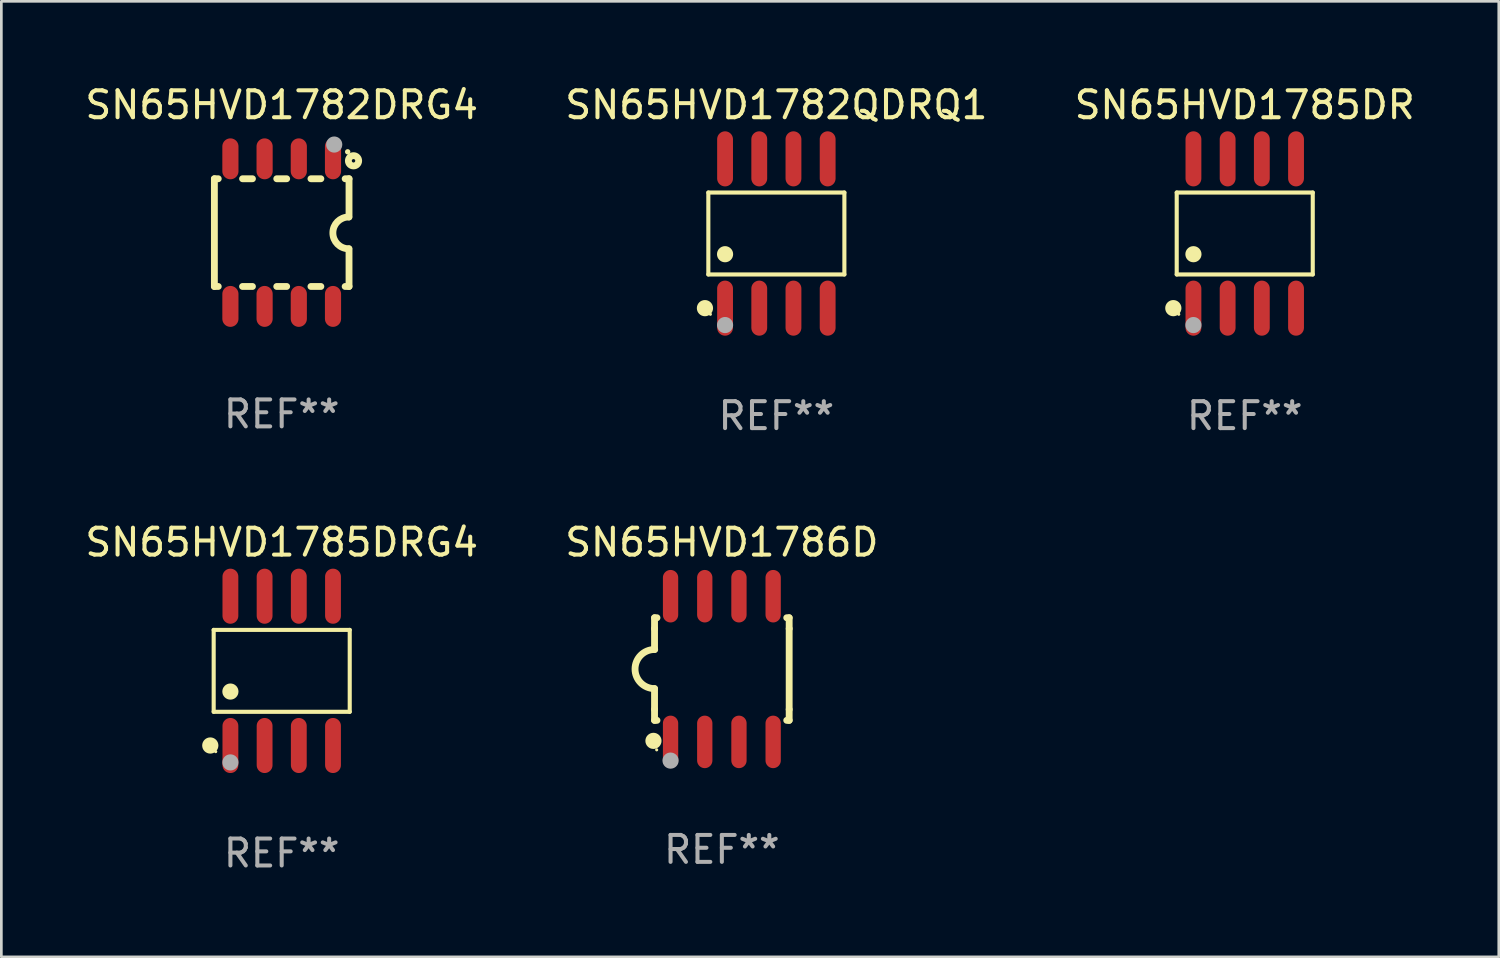
<source format=kicad_pcb>
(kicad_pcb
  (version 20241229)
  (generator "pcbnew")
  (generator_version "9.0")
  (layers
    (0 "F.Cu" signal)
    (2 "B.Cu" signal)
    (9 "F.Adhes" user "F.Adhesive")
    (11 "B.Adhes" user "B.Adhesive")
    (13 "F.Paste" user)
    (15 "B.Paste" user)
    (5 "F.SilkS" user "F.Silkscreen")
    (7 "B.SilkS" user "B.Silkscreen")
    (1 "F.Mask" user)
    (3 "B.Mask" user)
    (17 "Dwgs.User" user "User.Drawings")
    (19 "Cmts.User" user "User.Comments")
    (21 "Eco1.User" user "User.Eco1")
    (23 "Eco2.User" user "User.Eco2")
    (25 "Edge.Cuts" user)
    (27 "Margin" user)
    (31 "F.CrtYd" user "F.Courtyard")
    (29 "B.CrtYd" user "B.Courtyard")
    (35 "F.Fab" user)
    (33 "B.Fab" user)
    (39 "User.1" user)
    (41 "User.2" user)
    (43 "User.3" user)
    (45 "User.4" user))
  (footprint "SN65HVD1786D"
    (layer "F.Cu")
    (at 23.756 21.795)
    (property "Reference" "SN65HVD1786D" (at 0 -4.705 0) (layer "F.SilkS") (effects (font (size 1 1) (thickness 0.15))))
    (attr through_hole)
    (fp_line (start -2.5 -1.905) (end -2.409 -1.905) (stroke (width 0.254) (type solid)) (layer "F.SilkS"))
    (fp_line (start -2.5 -1.5) (end -2.5 -1.905) (stroke (width 0.254) (type solid)) (layer "F.SilkS"))
    (fp_line (start -2.5 -1.5) (end -2.5 -0.726) (stroke (width 0.254) (type solid)) (layer "F.SilkS"))
    (fp_line (start -2.5 1.5) (end -2.5 0.727) (stroke (width 0.254) (type solid)) (layer "F.SilkS"))
    (fp_line (start -2.5 1.5) (end -2.5 1.905) (stroke (width 0.254) (type solid)) (layer "F.SilkS"))
    (fp_line (start -2.5 1.905) (end -2.409 1.905) (stroke (width 0.254) (type solid)) (layer "F.SilkS"))
    (fp_line (start 2.5 -1.905) (end 2.409 -1.905) (stroke (width 0.254) (type solid)) (layer "F.SilkS"))
    (fp_line (start 2.5 -1.5) (end 2.5 -1.905) (stroke (width 0.254) (type solid)) (layer "F.SilkS"))
    (fp_line (start 2.5 -1.5) (end 2.5 1.5) (stroke (width 0.254) (type solid)) (layer "F.SilkS"))
    (fp_line (start 2.5 1.5) (end 2.5 1.905) (stroke (width 0.254) (type solid)) (layer "F.SilkS"))
    (fp_line (start 2.5 1.905) (end 2.409 1.905) (stroke (width 0.254) (type solid)) (layer "F.SilkS"))
    (fp_arc (start -2.5 0.726568) (mid -3.220316 -0.0023) (end -2.495097 -0.726289) (stroke (width 0.254001) (type solid)) (layer "F.SilkS"))
    (fp_circle (center -2.54 2.667) (end -2.39 2.667) (stroke (width 0.3) (type solid)) (fill no) (layer "F.SilkS"))
    (fp_circle (center -2.42 3) (end -2.39 3) (stroke (width 0.06) (type solid)) (fill no) (layer "F.SilkS"))
    (fp_circle (center -1.905 3.4) (end -1.755 3.4) (stroke (width 0.3) (type solid)) (fill no) (layer "F.Fab"))
    (fp_text user "REF**" (at 0 6.705 0) (layer "F.Fab") (effects (font (size 1 1) (thickness 0.15))))
    (pad "1" smd oval (at -1.905 2.705) (size 0.568 1.95) (layers "F.Cu" "F.Mask" "F.Paste"))
    (pad "2" smd oval (at -0.635 2.705) (size 0.568 1.95) (layers "F.Cu" "F.Mask" "F.Paste"))
    (pad "3" smd oval (at 0.635 2.705) (size 0.568 1.95) (layers "F.Cu" "F.Mask" "F.Paste"))
    (pad "4" smd oval (at 1.905 2.705) (size 0.568 1.95) (layers "F.Cu" "F.Mask" "F.Paste"))
    (pad "5" smd oval (at 1.905 -2.705) (size 0.568 1.95) (layers "F.Cu" "F.Mask" "F.Paste"))
    (pad "6" smd oval (at 0.635 -2.705) (size 0.568 1.95) (layers "F.Cu" "F.Mask" "F.Paste"))
    (pad "7" smd oval (at -0.635 -2.705) (size 0.568 1.95) (layers "F.Cu" "F.Mask" "F.Paste"))
    (pad "8" smd oval (at -1.905 -2.705) (size 0.568 1.95) (layers "F.Cu" "F.Mask" "F.Paste")))
  (footprint "SN65HVD1785DR"
    (layer "F.Cu")
    (at 43.173 5.621)
    (property "Reference" "SN65HVD1785DR" (at 0 -4.772 0) (layer "F.SilkS") (effects (font (size 1 1) (thickness 0.15))))
    (attr through_hole)
    (fp_line (start -2.526 -1.521) (end 2.526 -1.521) (stroke (width 0.152) (type solid)) (layer "F.SilkS"))
    (fp_line (start -2.526 1.521) (end -2.526 -1.521) (stroke (width 0.152) (type solid)) (layer "F.SilkS"))
    (fp_line (start 2.526 -1.521) (end 2.526 1.521) (stroke (width 0.152) (type solid)) (layer "F.SilkS"))
    (fp_line (start 2.526 1.521) (end -2.526 1.521) (stroke (width 0.152) (type solid)) (layer "F.SilkS"))
    (fp_circle (center -2.652 2.772) (end -2.501 2.772) (stroke (width 0.3) (type solid)) (fill no) (layer "F.SilkS"))
    (fp_circle (center -2.45 3) (end -2.42 3) (stroke (width 0.06) (type solid)) (fill no) (layer "F.SilkS"))
    (fp_circle (center -1.905 0.769) (end -1.755 0.769) (stroke (width 0.3) (type solid)) (fill no) (layer "F.SilkS"))
    (fp_circle (center -1.905 3.4) (end -1.755 3.4) (stroke (width 0.3) (type solid)) (fill no) (layer "F.Fab"))
    (fp_text user "REF**" (at 0 6.772 0) (layer "F.Fab") (effects (font (size 1 1) (thickness 0.15))))
    (pad "1" smd oval (at -1.905 2.772) (size 0.588 2.045) (layers "F.Cu" "F.Mask" "F.Paste"))
    (pad "2" smd oval (at -0.635 2.772) (size 0.588 2.045) (layers "F.Cu" "F.Mask" "F.Paste"))
    (pad "3" smd oval (at 0.635 2.772) (size 0.588 2.045) (layers "F.Cu" "F.Mask" "F.Paste"))
    (pad "4" smd oval (at 1.905 2.772) (size 0.588 2.045) (layers "F.Cu" "F.Mask" "F.Paste"))
    (pad "5" smd oval (at 1.905 -2.772) (size 0.588 2.045) (layers "F.Cu" "F.Mask" "F.Paste"))
    (pad "6" smd oval (at 0.635 -2.772) (size 0.588 2.045) (layers "F.Cu" "F.Mask" "F.Paste"))
    (pad "7" smd oval (at -0.635 -2.772) (size 0.588 2.045) (layers "F.Cu" "F.Mask" "F.Paste"))
    (pad "8" smd oval (at -1.905 -2.772) (size 0.588 2.045) (layers "F.Cu" "F.Mask" "F.Paste")))
  (footprint "SN65HVD1785DRG4"
    (layer "F.Cu")
    (at 7.411 21.862)
    (property "Reference" "SN65HVD1785DRG4" (at 0 -4.772 0) (layer "F.SilkS") (effects (font (size 1 1) (thickness 0.15))))
    (attr through_hole)
    (fp_line (start -2.526 -1.521) (end 2.526 -1.521) (stroke (width 0.152) (type solid)) (layer "F.SilkS"))
    (fp_line (start -2.526 1.521) (end -2.526 -1.521) (stroke (width 0.152) (type solid)) (layer "F.SilkS"))
    (fp_line (start 2.526 -1.521) (end 2.526 1.521) (stroke (width 0.152) (type solid)) (layer "F.SilkS"))
    (fp_line (start 2.526 1.521) (end -2.526 1.521) (stroke (width 0.152) (type solid)) (layer "F.SilkS"))
    (fp_circle (center -2.652 2.772) (end -2.501 2.772) (stroke (width 0.3) (type solid)) (fill no) (layer "F.SilkS"))
    (fp_circle (center -2.45 3) (end -2.42 3) (stroke (width 0.06) (type solid)) (fill no) (layer "F.SilkS"))
    (fp_circle (center -1.905 0.769) (end -1.755 0.769) (stroke (width 0.3) (type solid)) (fill no) (layer "F.SilkS"))
    (fp_circle (center -1.905 3.4) (end -1.755 3.4) (stroke (width 0.3) (type solid)) (fill no) (layer "F.Fab"))
    (fp_text user "REF**" (at 0 6.772 0) (layer "F.Fab") (effects (font (size 1 1) (thickness 0.15))))
    (pad "1" smd oval (at -1.905 2.772) (size 0.588 2.045) (layers "F.Cu" "F.Mask" "F.Paste"))
    (pad "2" smd oval (at -0.635 2.772) (size 0.588 2.045) (layers "F.Cu" "F.Mask" "F.Paste"))
    (pad "3" smd oval (at 0.635 2.772) (size 0.588 2.045) (layers "F.Cu" "F.Mask" "F.Paste"))
    (pad "4" smd oval (at 1.905 2.772) (size 0.588 2.045) (layers "F.Cu" "F.Mask" "F.Paste"))
    (pad "5" smd oval (at 1.905 -2.772) (size 0.588 2.045) (layers "F.Cu" "F.Mask" "F.Paste"))
    (pad "6" smd oval (at 0.635 -2.772) (size 0.588 2.045) (layers "F.Cu" "F.Mask" "F.Paste"))
    (pad "7" smd oval (at -0.635 -2.772) (size 0.588 2.045) (layers "F.Cu" "F.Mask" "F.Paste"))
    (pad "8" smd oval (at -1.905 -2.772) (size 0.588 2.045) (layers "F.Cu" "F.Mask" "F.Paste")))
  (footprint "SN65HVD1782DRG4"
    (layer "F.Cu")
    (at 7.411 5.588)
    (property "Reference" "SN65HVD1782DRG4" (at 0 -4.74 0) (layer "F.SilkS") (effects (font (size 1 1) (thickness 0.15))))
    (attr through_hole)
    (fp_line (start -2.5 2) (end -2.5 -2) (stroke (width 0.254) (type solid)) (layer "F.SilkS"))
    (fp_line (start -2.356 -2) (end -2.5 -2) (stroke (width 0.254) (type solid)) (layer "F.SilkS"))
    (fp_line (start -2.356 2) (end -2.5 2) (stroke (width 0.254) (type solid)) (layer "F.SilkS"))
    (fp_line (start -1.086 -2) (end -1.454 -2) (stroke (width 0.254) (type solid)) (layer "F.SilkS"))
    (fp_line (start -1.086 2) (end -1.454 2) (stroke (width 0.254) (type solid)) (layer "F.SilkS"))
    (fp_line (start 0.184 -2) (end -0.184 -2) (stroke (width 0.254) (type solid)) (layer "F.SilkS"))
    (fp_line (start 0.184 2) (end -0.184 2) (stroke (width 0.254) (type solid)) (layer "F.SilkS"))
    (fp_line (start 1.454 -2) (end 1.086 -2) (stroke (width 0.254) (type solid)) (layer "F.SilkS"))
    (fp_line (start 1.454 2) (end 1.086 2) (stroke (width 0.254) (type solid)) (layer "F.SilkS"))
    (fp_line (start 2.5 -2) (end 2.356 -2) (stroke (width 0.254) (type solid)) (layer "F.SilkS"))
    (fp_line (start 2.5 -0.58) (end 2.5 -2) (stroke (width 0.254) (type solid)) (layer "F.SilkS"))
    (fp_line (start 2.5 2) (end 2.356 2) (stroke (width 0.254) (type solid)) (layer "F.SilkS"))
    (fp_line (start 2.5 2) (end 2.5 0.6) (stroke (width 0.254) (type solid)) (layer "F.SilkS"))
    (fp_arc (start 2.489992 0.600051) (mid 1.901674 0.010046) (end 2.489992 -0.579959) (stroke (width 0.254001) (type solid)) (layer "F.SilkS"))
    (fp_circle (center 2.45 -3) (end 2.5 -3) (stroke (width 0.1) (type solid)) (fill no) (layer "F.SilkS"))
    (fp_circle (center 2.667 -2.667) (end 2.858 -2.667) (stroke (width 0.254) (type solid)) (fill no) (layer "F.SilkS"))
    (fp_circle (center 1.95 -3.27) (end 2.1 -3.27) (stroke (width 0.3) (type solid)) (fill no) (layer "F.Fab"))
    (fp_text user "REF**" (at 0 6.74 0) (layer "F.Fab") (effects (font (size 1 1) (thickness 0.15))))
    (pad "1" smd oval (at 1.905 -2.74) (size 0.6 1.52) (layers "F.Cu" "F.Mask" "F.Paste"))
    (pad "2" smd oval (at 0.635 -2.74) (size 0.6 1.52) (layers "F.Cu" "F.Mask" "F.Paste"))
    (pad "3" smd oval (at -0.635 -2.74) (size 0.6 1.52) (layers "F.Cu" "F.Mask" "F.Paste"))
    (pad "4" smd oval (at -1.905 -2.74) (size 0.6 1.52) (layers "F.Cu" "F.Mask" "F.Paste"))
    (pad "5" smd oval (at -1.905 2.74) (size 0.6 1.52) (layers "F.Cu" "F.Mask" "F.Paste"))
    (pad "6" smd oval (at -0.635 2.74) (size 0.6 1.52) (layers "F.Cu" "F.Mask" "F.Paste"))
    (pad "7" smd oval (at 0.635 2.74) (size 0.6 1.52) (layers "F.Cu" "F.Mask" "F.Paste"))
    (pad "8" smd oval (at 1.905 2.74) (size 0.6 1.52) (layers "F.Cu" "F.Mask" "F.Paste")))
  (footprint "SN65HVD1782QDRQ1"
    (layer "F.Cu")
    (at 25.78 5.621)
    (property "Reference" "SN65HVD1782QDRQ1" (at 0 -4.772 0) (layer "F.SilkS") (effects (font (size 1 1) (thickness 0.15))))
    (attr through_hole)
    (fp_line (start -2.526 -1.521) (end 2.526 -1.521) (stroke (width 0.152) (type solid)) (layer "F.SilkS"))
    (fp_line (start -2.526 1.521) (end -2.526 -1.521) (stroke (width 0.152) (type solid)) (layer "F.SilkS"))
    (fp_line (start 2.526 -1.521) (end 2.526 1.521) (stroke (width 0.152) (type solid)) (layer "F.SilkS"))
    (fp_line (start 2.526 1.521) (end -2.526 1.521) (stroke (width 0.152) (type solid)) (layer "F.SilkS"))
    (fp_circle (center -2.652 2.772) (end -2.501 2.772) (stroke (width 0.3) (type solid)) (fill no) (layer "F.SilkS"))
    (fp_circle (center -2.45 3) (end -2.42 3) (stroke (width 0.06) (type solid)) (fill no) (layer "F.SilkS"))
    (fp_circle (center -1.905 0.769) (end -1.755 0.769) (stroke (width 0.3) (type solid)) (fill no) (layer "F.SilkS"))
    (fp_circle (center -1.905 3.4) (end -1.755 3.4) (stroke (width 0.3) (type solid)) (fill no) (layer "F.Fab"))
    (fp_text user "REF**" (at 0 6.772 0) (layer "F.Fab") (effects (font (size 1 1) (thickness 0.15))))
    (pad "1" smd oval (at -1.905 2.772) (size 0.588 2.045) (layers "F.Cu" "F.Mask" "F.Paste"))
    (pad "2" smd oval (at -0.635 2.772) (size 0.588 2.045) (layers "F.Cu" "F.Mask" "F.Paste"))
    (pad "3" smd oval (at 0.635 2.772) (size 0.588 2.045) (layers "F.Cu" "F.Mask" "F.Paste"))
    (pad "4" smd oval (at 1.905 2.772) (size 0.588 2.045) (layers "F.Cu" "F.Mask" "F.Paste"))
    (pad "5" smd oval (at 1.905 -2.772) (size 0.588 2.045) (layers "F.Cu" "F.Mask" "F.Paste"))
    (pad "6" smd oval (at 0.635 -2.772) (size 0.588 2.045) (layers "F.Cu" "F.Mask" "F.Paste"))
    (pad "7" smd oval (at -0.635 -2.772) (size 0.588 2.045) (layers "F.Cu" "F.Mask" "F.Paste"))
    (pad "8" smd oval (at -1.905 -2.772) (size 0.588 2.045) (layers "F.Cu" "F.Mask" "F.Paste")))
  (gr_rect
    (start -3 -3)
    (end 52.607 32.483)
    (stroke (width 0.1) (type default))
    (fill no)
    (layer "Edge.Cuts")))
</source>
